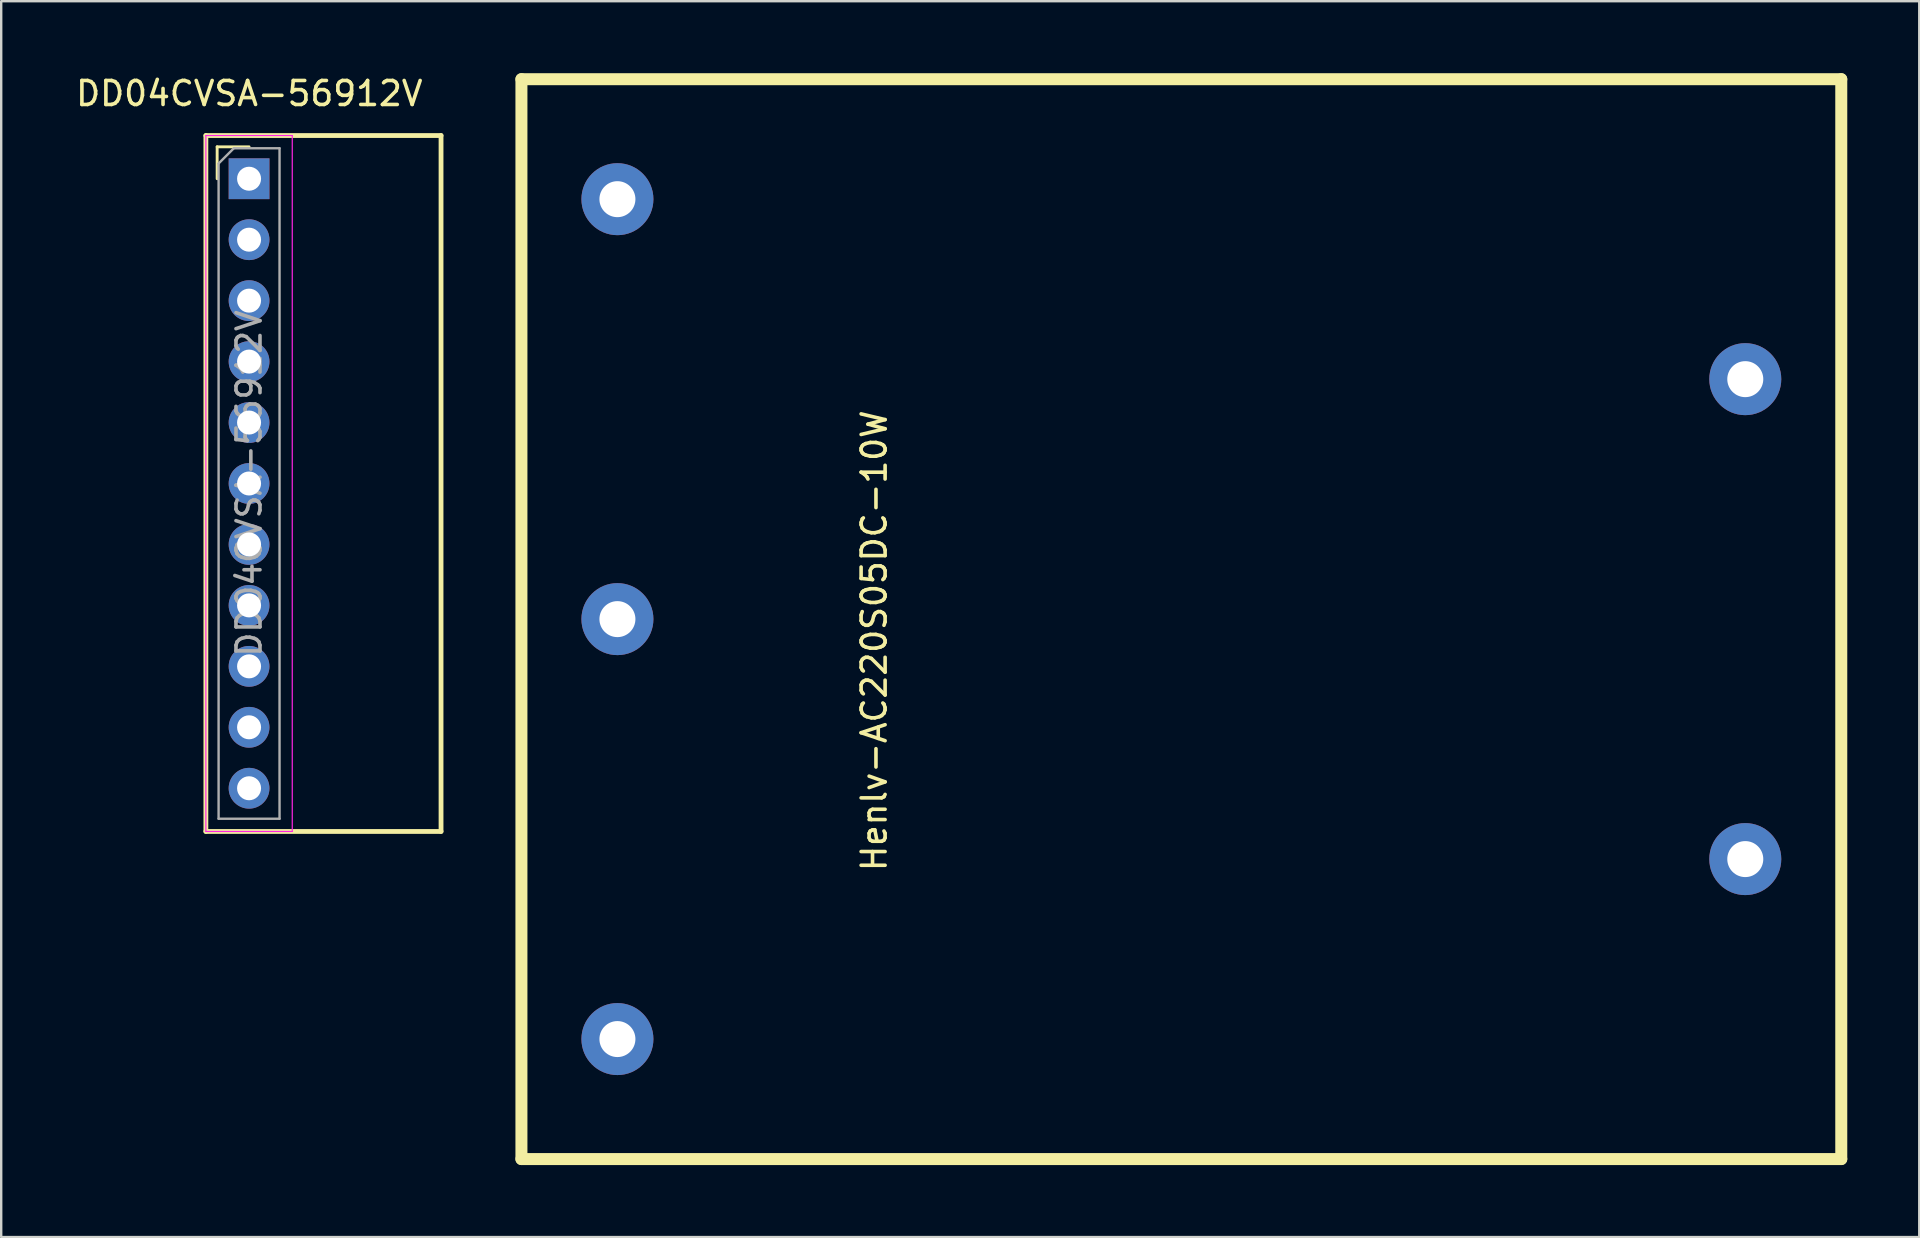
<source format=kicad_pcb>
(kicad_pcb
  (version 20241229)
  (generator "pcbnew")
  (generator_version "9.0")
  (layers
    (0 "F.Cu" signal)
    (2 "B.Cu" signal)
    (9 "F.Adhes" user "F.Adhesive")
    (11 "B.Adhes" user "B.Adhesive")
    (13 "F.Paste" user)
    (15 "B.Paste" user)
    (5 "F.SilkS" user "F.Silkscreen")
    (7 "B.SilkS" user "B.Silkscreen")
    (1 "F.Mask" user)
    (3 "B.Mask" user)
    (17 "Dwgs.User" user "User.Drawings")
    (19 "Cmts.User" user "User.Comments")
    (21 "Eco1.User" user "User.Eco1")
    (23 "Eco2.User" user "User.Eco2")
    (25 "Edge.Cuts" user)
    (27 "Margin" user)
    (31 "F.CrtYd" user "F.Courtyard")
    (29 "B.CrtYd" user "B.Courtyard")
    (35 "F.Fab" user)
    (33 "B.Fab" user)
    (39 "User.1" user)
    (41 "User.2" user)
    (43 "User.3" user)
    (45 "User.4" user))
  (footprint "Henlv-AC220S05DC-10W"
    (layer "F.Cu")
    (at 18.679 0.25)
    (property "Reference" "Henlv-AC220S05DC-10W" (at 14.7 23.4 90) (layer "F.SilkS") (effects (font (size 1 1) (thickness 0.15))))
    (attr through_hole)
    (fp_line (start 0 0) (end 55 0) (stroke (width 0.1) (type solid)) (layer "F.SilkS"))
    (fp_line (start 0 0) (end 55 0) (stroke (width 0.5) (type solid)) (layer "F.SilkS"))
    (fp_line (start 0 45) (end 0 0) (stroke (width 0.5) (type solid)) (layer "F.SilkS"))
    (fp_line (start 55 0) (end 55 45) (stroke (width 0.5) (type solid)) (layer "F.SilkS"))
    (fp_line (start 55 45) (end 0 45) (stroke (width 0.5) (type solid)) (layer "F.SilkS"))
    (pad "1" thru_hole circle (at 4 40) (size 3 3) (drill 1.5) (layers "*.Cu" "*.Mask"))
    (pad "2" thru_hole circle (at 4 22.5) (size 3 3) (drill 1.5) (layers "*.Cu" "*.Mask"))
    (pad "3" thru_hole circle (at 4 5) (size 3 3) (drill 1.5) (layers "*.Cu" "*.Mask"))
    (pad "4" thru_hole circle (at 51 32.5) (size 3 3) (drill 1.5) (layers "*.Cu" "*.Mask"))
    (pad "8" thru_hole circle (at 51 12.5) (size 3 3) (drill 1.5) (layers "*.Cu" "*.Mask")))
  (footprint "DD04CVSA-56912V"
    (layer "F.Cu")
    (at 7.329 4.398)
    (property "Reference" "DD04CVSA-56912V" (at 0.01 -3.55 0) (layer "F.SilkS") (effects (font (size 1 1) (thickness 0.15))))
    (attr through_hole)
    (fp_line (start -1.8 -1.8) (end 8 -1.8) (stroke (width 0.2) (type solid)) (layer "F.SilkS"))
    (fp_line (start -1.8 27.2) (end -1.8 -1.8) (stroke (width 0.2) (type solid)) (layer "F.SilkS"))
    (fp_line (start -1.33 -1.33) (end 0 -1.33) (stroke (width 0.12) (type solid)) (layer "F.SilkS"))
    (fp_line (start -1.33 0) (end -1.33 -1.33) (stroke (width 0.12) (type solid)) (layer "F.SilkS"))
    (fp_line (start 8 -1.8) (end 8 27.2) (stroke (width 0.2) (type solid)) (layer "F.SilkS"))
    (fp_line (start 8 27.2) (end -1.8 27.2) (stroke (width 0.2) (type solid)) (layer "F.SilkS"))
    (fp_line (start -1.8 -1.8) (end -1.8 27.2) (stroke (width 0.05) (type solid)) (layer "F.CrtYd"))
    (fp_line (start -1.8 27.2) (end 1.8 27.2) (stroke (width 0.05) (type solid)) (layer "F.CrtYd"))
    (fp_line (start 1.8 -1.8) (end -1.8 -1.8) (stroke (width 0.05) (type solid)) (layer "F.CrtYd"))
    (fp_line (start 1.8 27.2) (end 1.8 -1.8) (stroke (width 0.05) (type solid)) (layer "F.CrtYd"))
    (fp_line (start -1.27 -0.635) (end -0.635 -1.27) (stroke (width 0.1) (type solid)) (layer "F.Fab"))
    (fp_line (start -1.27 26.67) (end -1.27 -0.635) (stroke (width 0.1) (type solid)) (layer "F.Fab"))
    (fp_line (start -0.635 -1.27) (end 1.27 -1.27) (stroke (width 0.1) (type solid)) (layer "F.Fab"))
    (fp_line (start 1.27 -1.27) (end 1.27 26.67) (stroke (width 0.1) (type solid)) (layer "F.Fab"))
    (fp_line (start 1.27 26.67) (end -1.27 26.67) (stroke (width 0.1) (type solid)) (layer "F.Fab"))
    (fp_text user "${REFERENCE}" (at 0 12.7 90) (layer "F.Fab") (effects (font (size 1 1) (thickness 0.15))))
    (pad "1" thru_hole rect (at 0 0) (size 1.7 1.7) (drill 1) (layers "*.Cu" "*.Mask"))
    (pad "2" thru_hole oval (at 0 2.54) (size 1.7 1.7) (drill 1) (layers "*.Cu" "*.Mask"))
    (pad "3" thru_hole oval (at 0 5.08) (size 1.7 1.7) (drill 1) (layers "*.Cu" "*.Mask"))
    (pad "4" thru_hole oval (at 0 7.62) (size 1.7 1.7) (drill 1) (layers "*.Cu" "*.Mask"))
    (pad "5" thru_hole oval (at 0 10.16) (size 1.7 1.7) (drill 1) (layers "*.Cu" "*.Mask"))
    (pad "6" thru_hole oval (at 0 12.7) (size 1.7 1.7) (drill 1) (layers "*.Cu" "*.Mask"))
    (pad "7" thru_hole oval (at 0 15.24) (size 1.7 1.7) (drill 1) (layers "*.Cu" "*.Mask"))
    (pad "8" thru_hole oval (at 0 17.78) (size 1.7 1.7) (drill 1) (layers "*.Cu" "*.Mask"))
    (pad "9" thru_hole oval (at 0 20.32) (size 1.7 1.7) (drill 1) (layers "*.Cu" "*.Mask"))
    (pad "10" thru_hole oval (at 0 22.86) (size 1.7 1.7) (drill 1) (layers "*.Cu" "*.Mask"))
    (pad "11" thru_hole oval (at 0 25.4) (size 1.7 1.7) (drill 1) (layers "*.Cu" "*.Mask")))
  (gr_rect
    (start -3 -3)
    (end 76.929 48.5)
    (stroke (width 0.1) (type default))
    (fill no)
    (layer "Edge.Cuts")))
</source>
